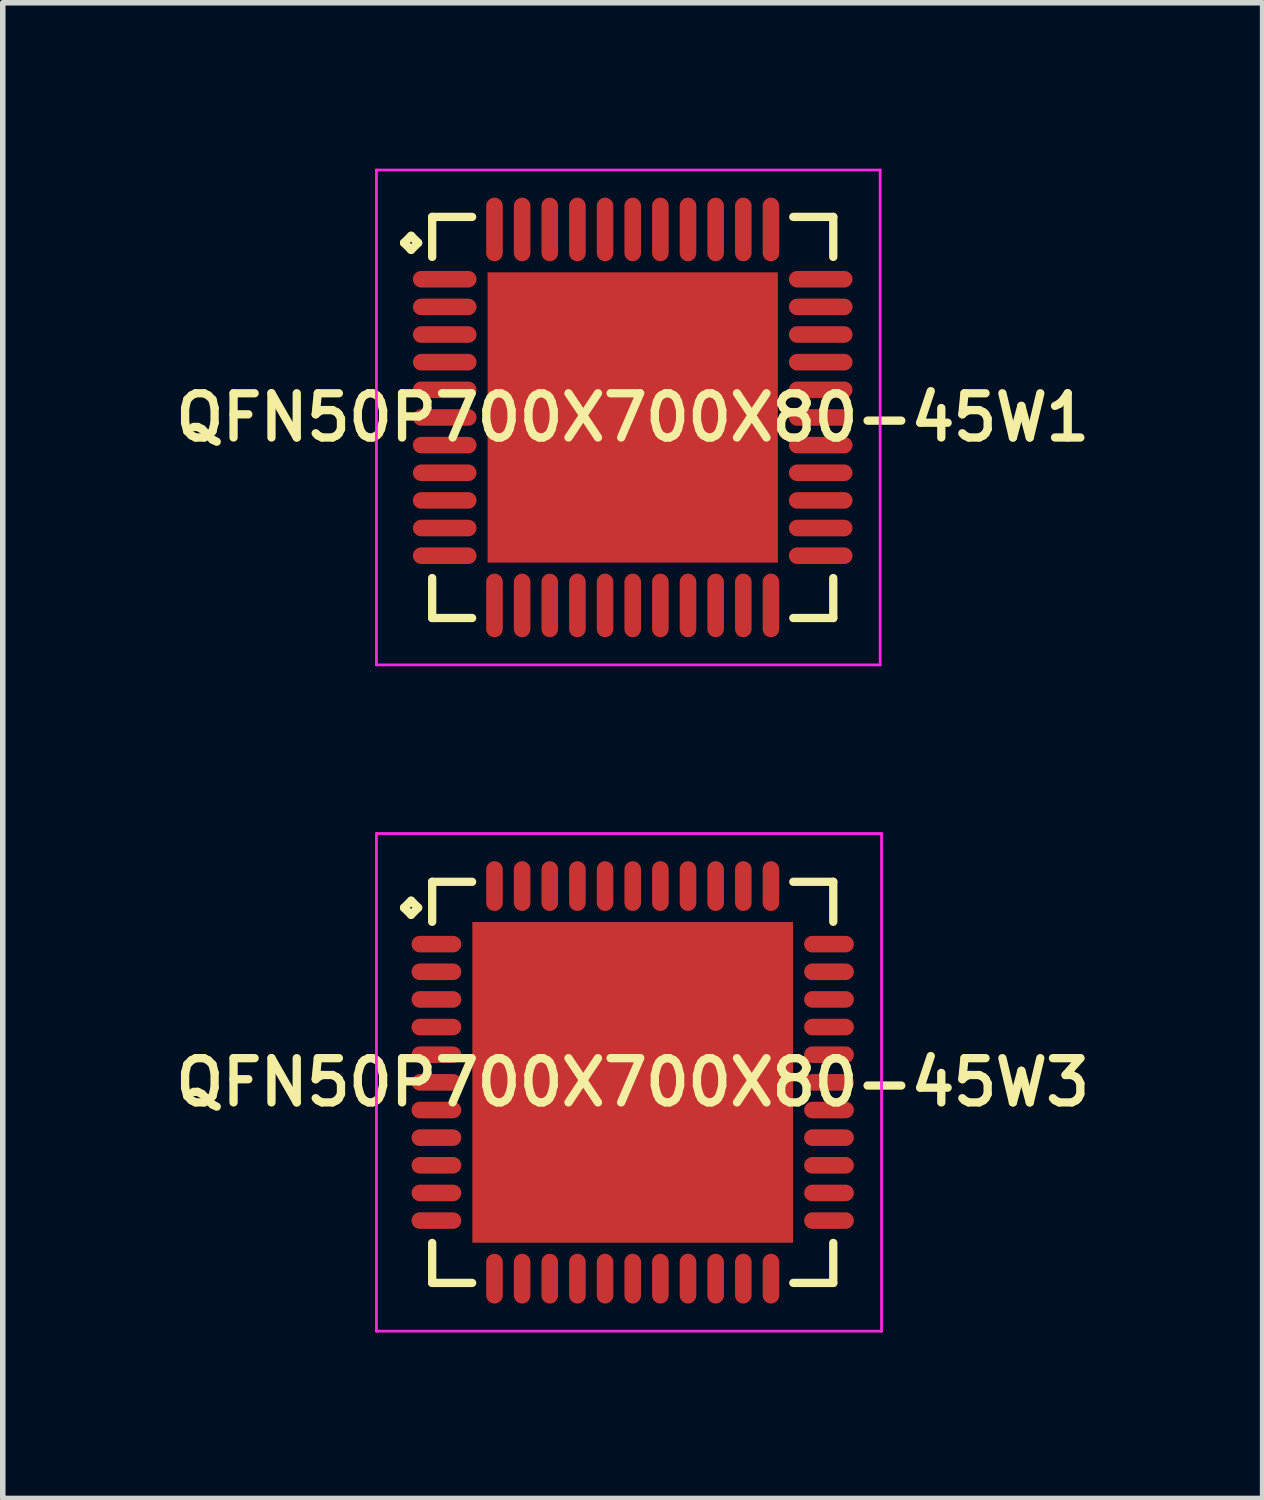
<source format=kicad_pcb>
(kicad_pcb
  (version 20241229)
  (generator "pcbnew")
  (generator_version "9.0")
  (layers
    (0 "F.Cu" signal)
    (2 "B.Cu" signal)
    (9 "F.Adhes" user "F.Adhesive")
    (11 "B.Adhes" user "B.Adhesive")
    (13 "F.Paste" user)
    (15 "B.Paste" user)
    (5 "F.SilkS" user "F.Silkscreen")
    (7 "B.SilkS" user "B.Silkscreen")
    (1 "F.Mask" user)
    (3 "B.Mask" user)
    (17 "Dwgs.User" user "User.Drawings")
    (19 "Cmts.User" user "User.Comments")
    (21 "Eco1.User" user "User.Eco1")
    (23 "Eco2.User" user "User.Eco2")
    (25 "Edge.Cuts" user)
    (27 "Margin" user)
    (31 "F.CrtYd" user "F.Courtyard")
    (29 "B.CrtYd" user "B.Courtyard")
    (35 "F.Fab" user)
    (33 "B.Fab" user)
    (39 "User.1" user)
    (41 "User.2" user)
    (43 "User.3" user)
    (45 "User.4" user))
  (footprint "QFN50P700X700X80-45W3"
    (layer "F.Cu")
    (at 8.393 16.525)
    (property "Reference" "QFN50P700X700X80-45W3" (at 0 0 0) (layer "F.SilkS") (effects (font (size 0.8 0.8) (thickness 0.15))))
    (attr smd)
    (fp_line (start -4.135 -3.158) (end -4.008 -3.285) (stroke (width 0.15) (type solid)) (layer "F.SilkS"))
    (fp_line (start -4.008 -3.285) (end -3.881 -3.158) (stroke (width 0.15) (type solid)) (layer "F.SilkS"))
    (fp_line (start -4.008 -3.031) (end -4.135 -3.158) (stroke (width 0.15) (type solid)) (layer "F.SilkS"))
    (fp_line (start -3.881 -3.158) (end -4.008 -3.031) (stroke (width 0.15) (type solid)) (layer "F.SilkS"))
    (fp_line (start -3.627 -3.627) (end -2.904 -3.627) (stroke (width 0.15) (type solid)) (layer "F.SilkS"))
    (fp_line (start -3.627 -2.904) (end -3.627 -3.627) (stroke (width 0.15) (type solid)) (layer "F.SilkS"))
    (fp_line (start -3.627 2.904) (end -3.627 3.627) (stroke (width 0.15) (type solid)) (layer "F.SilkS"))
    (fp_line (start -3.627 3.627) (end -2.904 3.627) (stroke (width 0.15) (type solid)) (layer "F.SilkS"))
    (fp_line (start 2.904 -3.627) (end 3.627 -3.627) (stroke (width 0.15) (type solid)) (layer "F.SilkS"))
    (fp_line (start 2.904 3.627) (end 3.627 3.627) (stroke (width 0.15) (type solid)) (layer "F.SilkS"))
    (fp_line (start 3.627 -3.627) (end 3.627 -2.904) (stroke (width 0.15) (type solid)) (layer "F.SilkS"))
    (fp_line (start 3.627 3.627) (end 3.627 2.904) (stroke (width 0.15) (type solid)) (layer "F.SilkS"))
    (fp_line (start -4.635 -4.5) (end 4.5 -4.5) (stroke (width 0.05) (type solid)) (layer "F.CrtYd"))
    (fp_line (start -4.635 4.5) (end -4.635 -4.5) (stroke (width 0.05) (type solid)) (layer "F.CrtYd"))
    (fp_line (start 4.5 -4.5) (end 4.5 4.5) (stroke (width 0.05) (type solid)) (layer "F.CrtYd"))
    (fp_line (start 4.5 4.5) (end -4.635 4.5) (stroke (width 0.05) (type solid)) (layer "F.CrtYd"))
    (pad "1" smd oval (at -3.55 -2.5) (size 0.9 0.3) (layers "F.Cu" "F.Mask" "F.Paste"))
    (pad "2" smd oval (at -3.55 -2) (size 0.9 0.3) (layers "F.Cu" "F.Mask" "F.Paste"))
    (pad "3" smd oval (at -3.55 -1.5) (size 0.9 0.3) (layers "F.Cu" "F.Mask" "F.Paste"))
    (pad "4" smd oval (at -3.55 -1) (size 0.9 0.3) (layers "F.Cu" "F.Mask" "F.Paste"))
    (pad "5" smd oval (at -3.55 -0.5) (size 0.9 0.3) (layers "F.Cu" "F.Mask" "F.Paste"))
    (pad "6" smd oval (at -3.55 0) (size 0.9 0.3) (layers "F.Cu" "F.Mask" "F.Paste"))
    (pad "7" smd oval (at -3.55 0.5) (size 0.9 0.3) (layers "F.Cu" "F.Mask" "F.Paste"))
    (pad "8" smd oval (at -3.55 1) (size 0.9 0.3) (layers "F.Cu" "F.Mask" "F.Paste"))
    (pad "9" smd oval (at -3.55 1.5) (size 0.9 0.3) (layers "F.Cu" "F.Mask" "F.Paste"))
    (pad "10" smd oval (at -3.55 2) (size 0.9 0.3) (layers "F.Cu" "F.Mask" "F.Paste"))
    (pad "11" smd oval (at -3.55 2.5) (size 0.9 0.3) (layers "F.Cu" "F.Mask" "F.Paste"))
    (pad "12" smd oval (at -2.5 3.55) (size 0.3 0.9) (layers "F.Cu" "F.Mask" "F.Paste"))
    (pad "13" smd oval (at -2 3.55) (size 0.3 0.9) (layers "F.Cu" "F.Mask" "F.Paste"))
    (pad "14" smd oval (at -1.5 3.55) (size 0.3 0.9) (layers "F.Cu" "F.Mask" "F.Paste"))
    (pad "15" smd oval (at -1 3.55) (size 0.3 0.9) (layers "F.Cu" "F.Mask" "F.Paste"))
    (pad "16" smd oval (at -0.5 3.55) (size 0.3 0.9) (layers "F.Cu" "F.Mask" "F.Paste"))
    (pad "17" smd oval (at 0 3.55) (size 0.3 0.9) (layers "F.Cu" "F.Mask" "F.Paste"))
    (pad "18" smd oval (at 0.5 3.55) (size 0.3 0.9) (layers "F.Cu" "F.Mask" "F.Paste"))
    (pad "19" smd oval (at 1 3.55) (size 0.3 0.9) (layers "F.Cu" "F.Mask" "F.Paste"))
    (pad "20" smd oval (at 1.5 3.55) (size 0.3 0.9) (layers "F.Cu" "F.Mask" "F.Paste"))
    (pad "21" smd oval (at 2 3.55) (size 0.3 0.9) (layers "F.Cu" "F.Mask" "F.Paste"))
    (pad "22" smd oval (at 2.5 3.55) (size 0.3 0.9) (layers "F.Cu" "F.Mask" "F.Paste"))
    (pad "23" smd oval (at 3.55 2.5) (size 0.9 0.3) (layers "F.Cu" "F.Mask" "F.Paste"))
    (pad "24" smd oval (at 3.55 2) (size 0.9 0.3) (layers "F.Cu" "F.Mask" "F.Paste"))
    (pad "25" smd oval (at 3.55 1.5) (size 0.9 0.3) (layers "F.Cu" "F.Mask" "F.Paste"))
    (pad "26" smd oval (at 3.55 1) (size 0.9 0.3) (layers "F.Cu" "F.Mask" "F.Paste"))
    (pad "27" smd oval (at 3.55 0.5) (size 0.9 0.3) (layers "F.Cu" "F.Mask" "F.Paste"))
    (pad "28" smd oval (at 3.55 0) (size 0.9 0.3) (layers "F.Cu" "F.Mask" "F.Paste"))
    (pad "29" smd oval (at 3.55 -0.5) (size 0.9 0.3) (layers "F.Cu" "F.Mask" "F.Paste"))
    (pad "30" smd oval (at 3.55 -1) (size 0.9 0.3) (layers "F.Cu" "F.Mask" "F.Paste"))
    (pad "31" smd oval (at 3.55 -1.5) (size 0.9 0.3) (layers "F.Cu" "F.Mask" "F.Paste"))
    (pad "32" smd oval (at 3.55 -2) (size 0.9 0.3) (layers "F.Cu" "F.Mask" "F.Paste"))
    (pad "33" smd oval (at 3.55 -2.5) (size 0.9 0.3) (layers "F.Cu" "F.Mask" "F.Paste"))
    (pad "34" smd oval (at 2.5 -3.55) (size 0.3 0.9) (layers "F.Cu" "F.Mask" "F.Paste"))
    (pad "35" smd oval (at 2 -3.55) (size 0.3 0.9) (layers "F.Cu" "F.Mask" "F.Paste"))
    (pad "36" smd oval (at 1.5 -3.55) (size 0.3 0.9) (layers "F.Cu" "F.Mask" "F.Paste"))
    (pad "37" smd oval (at 1 -3.55) (size 0.3 0.9) (layers "F.Cu" "F.Mask" "F.Paste"))
    (pad "38" smd oval (at 0.5 -3.55) (size 0.3 0.9) (layers "F.Cu" "F.Mask" "F.Paste"))
    (pad "39" smd oval (at 0 -3.55) (size 0.3 0.9) (layers "F.Cu" "F.Mask" "F.Paste"))
    (pad "40" smd oval (at -0.5 -3.55) (size 0.3 0.9) (layers "F.Cu" "F.Mask" "F.Paste"))
    (pad "41" smd oval (at -1 -3.55) (size 0.3 0.9) (layers "F.Cu" "F.Mask" "F.Paste"))
    (pad "42" smd oval (at -1.5 -3.55) (size 0.3 0.9) (layers "F.Cu" "F.Mask" "F.Paste"))
    (pad "43" smd oval (at -2 -3.55) (size 0.3 0.9) (layers "F.Cu" "F.Mask" "F.Paste"))
    (pad "44" smd oval (at -2.5 -3.55) (size 0.3 0.9) (layers "F.Cu" "F.Mask" "F.Paste"))
    (pad "45" smd rect (at 0 0) (size 5.8 5.8) (layers "F.Cu" "F.Mask" "F.Paste")))
  (footprint "QFN50P700X700X80-45W1"
    (layer "F.Cu")
    (at 8.393 4.5)
    (property "Reference" "QFN50P700X700X80-45W1" (at 0 0 0) (layer "F.SilkS") (effects (font (size 0.8 0.8) (thickness 0.15))))
    (attr smd)
    (fp_line (start -4.135 -3.158) (end -4.008 -3.285) (stroke (width 0.15) (type solid)) (layer "F.SilkS"))
    (fp_line (start -4.008 -3.285) (end -3.881 -3.158) (stroke (width 0.15) (type solid)) (layer "F.SilkS"))
    (fp_line (start -4.008 -3.031) (end -4.135 -3.158) (stroke (width 0.15) (type solid)) (layer "F.SilkS"))
    (fp_line (start -3.881 -3.158) (end -4.008 -3.031) (stroke (width 0.15) (type solid)) (layer "F.SilkS"))
    (fp_line (start -3.627 -3.627) (end -2.904 -3.627) (stroke (width 0.15) (type solid)) (layer "F.SilkS"))
    (fp_line (start -3.627 -2.904) (end -3.627 -3.627) (stroke (width 0.15) (type solid)) (layer "F.SilkS"))
    (fp_line (start -3.627 2.904) (end -3.627 3.627) (stroke (width 0.15) (type solid)) (layer "F.SilkS"))
    (fp_line (start -3.627 3.627) (end -2.904 3.627) (stroke (width 0.15) (type solid)) (layer "F.SilkS"))
    (fp_line (start 2.904 -3.627) (end 3.627 -3.627) (stroke (width 0.15) (type solid)) (layer "F.SilkS"))
    (fp_line (start 2.904 3.627) (end 3.627 3.627) (stroke (width 0.15) (type solid)) (layer "F.SilkS"))
    (fp_line (start 3.627 -3.627) (end 3.627 -2.904) (stroke (width 0.15) (type solid)) (layer "F.SilkS"))
    (fp_line (start 3.627 3.627) (end 3.627 2.904) (stroke (width 0.15) (type solid)) (layer "F.SilkS"))
    (fp_line (start -4.635 -4.475) (end 4.475 -4.475) (stroke (width 0.05) (type solid)) (layer "F.CrtYd"))
    (fp_line (start -4.635 4.475) (end -4.635 -4.475) (stroke (width 0.05) (type solid)) (layer "F.CrtYd"))
    (fp_line (start 4.475 -4.475) (end 4.475 4.475) (stroke (width 0.05) (type solid)) (layer "F.CrtYd"))
    (fp_line (start 4.475 4.475) (end -4.635 4.475) (stroke (width 0.05) (type solid)) (layer "F.CrtYd"))
    (pad "1" smd oval (at -3.4 -2.5) (size 1.15 0.3) (layers "F.Cu" "F.Mask" "F.Paste"))
    (pad "2" smd oval (at -3.4 -2) (size 1.15 0.3) (layers "F.Cu" "F.Mask" "F.Paste"))
    (pad "3" smd oval (at -3.4 -1.5) (size 1.15 0.3) (layers "F.Cu" "F.Mask" "F.Paste"))
    (pad "4" smd oval (at -3.4 -1) (size 1.15 0.3) (layers "F.Cu" "F.Mask" "F.Paste"))
    (pad "5" smd oval (at -3.4 -0.5) (size 1.15 0.3) (layers "F.Cu" "F.Mask" "F.Paste"))
    (pad "6" smd oval (at -3.4 0) (size 1.15 0.3) (layers "F.Cu" "F.Mask" "F.Paste"))
    (pad "7" smd oval (at -3.4 0.5) (size 1.15 0.3) (layers "F.Cu" "F.Mask" "F.Paste"))
    (pad "8" smd oval (at -3.4 1) (size 1.15 0.3) (layers "F.Cu" "F.Mask" "F.Paste"))
    (pad "9" smd oval (at -3.4 1.5) (size 1.15 0.3) (layers "F.Cu" "F.Mask" "F.Paste"))
    (pad "10" smd oval (at -3.4 2) (size 1.15 0.3) (layers "F.Cu" "F.Mask" "F.Paste"))
    (pad "11" smd oval (at -3.4 2.5) (size 1.15 0.3) (layers "F.Cu" "F.Mask" "F.Paste"))
    (pad "12" smd oval (at -2.5 3.4) (size 0.3 1.15) (layers "F.Cu" "F.Mask" "F.Paste"))
    (pad "13" smd oval (at -2 3.4) (size 0.3 1.15) (layers "F.Cu" "F.Mask" "F.Paste"))
    (pad "14" smd oval (at -1.5 3.4) (size 0.3 1.15) (layers "F.Cu" "F.Mask" "F.Paste"))
    (pad "15" smd oval (at -1 3.4) (size 0.3 1.15) (layers "F.Cu" "F.Mask" "F.Paste"))
    (pad "16" smd oval (at -0.5 3.4) (size 0.3 1.15) (layers "F.Cu" "F.Mask" "F.Paste"))
    (pad "17" smd oval (at 0 3.4) (size 0.3 1.15) (layers "F.Cu" "F.Mask" "F.Paste"))
    (pad "18" smd oval (at 0.5 3.4) (size 0.3 1.15) (layers "F.Cu" "F.Mask" "F.Paste"))
    (pad "19" smd oval (at 1 3.4) (size 0.3 1.15) (layers "F.Cu" "F.Mask" "F.Paste"))
    (pad "20" smd oval (at 1.5 3.4) (size 0.3 1.15) (layers "F.Cu" "F.Mask" "F.Paste"))
    (pad "21" smd oval (at 2 3.4) (size 0.3 1.15) (layers "F.Cu" "F.Mask" "F.Paste"))
    (pad "22" smd oval (at 2.5 3.4) (size 0.3 1.15) (layers "F.Cu" "F.Mask" "F.Paste"))
    (pad "23" smd oval (at 3.4 2.5) (size 1.15 0.3) (layers "F.Cu" "F.Mask" "F.Paste"))
    (pad "24" smd oval (at 3.4 2) (size 1.15 0.3) (layers "F.Cu" "F.Mask" "F.Paste"))
    (pad "25" smd oval (at 3.4 1.5) (size 1.15 0.3) (layers "F.Cu" "F.Mask" "F.Paste"))
    (pad "26" smd oval (at 3.4 1) (size 1.15 0.3) (layers "F.Cu" "F.Mask" "F.Paste"))
    (pad "27" smd oval (at 3.4 0.5) (size 1.15 0.3) (layers "F.Cu" "F.Mask" "F.Paste"))
    (pad "28" smd oval (at 3.4 0) (size 1.15 0.3) (layers "F.Cu" "F.Mask" "F.Paste"))
    (pad "29" smd oval (at 3.4 -0.5) (size 1.15 0.3) (layers "F.Cu" "F.Mask" "F.Paste"))
    (pad "30" smd oval (at 3.4 -1) (size 1.15 0.3) (layers "F.Cu" "F.Mask" "F.Paste"))
    (pad "31" smd oval (at 3.4 -1.5) (size 1.15 0.3) (layers "F.Cu" "F.Mask" "F.Paste"))
    (pad "32" smd oval (at 3.4 -2) (size 1.15 0.3) (layers "F.Cu" "F.Mask" "F.Paste"))
    (pad "33" smd oval (at 3.4 -2.5) (size 1.15 0.3) (layers "F.Cu" "F.Mask" "F.Paste"))
    (pad "34" smd oval (at 2.5 -3.4) (size 0.3 1.15) (layers "F.Cu" "F.Mask" "F.Paste"))
    (pad "35" smd oval (at 2 -3.4) (size 0.3 1.15) (layers "F.Cu" "F.Mask" "F.Paste"))
    (pad "36" smd oval (at 1.5 -3.4) (size 0.3 1.15) (layers "F.Cu" "F.Mask" "F.Paste"))
    (pad "37" smd oval (at 1 -3.4) (size 0.3 1.15) (layers "F.Cu" "F.Mask" "F.Paste"))
    (pad "38" smd oval (at 0.5 -3.4) (size 0.3 1.15) (layers "F.Cu" "F.Mask" "F.Paste"))
    (pad "39" smd oval (at 0 -3.4) (size 0.3 1.15) (layers "F.Cu" "F.Mask" "F.Paste"))
    (pad "40" smd oval (at -0.5 -3.4) (size 0.3 1.15) (layers "F.Cu" "F.Mask" "F.Paste"))
    (pad "41" smd oval (at -1 -3.4) (size 0.3 1.15) (layers "F.Cu" "F.Mask" "F.Paste"))
    (pad "42" smd oval (at -1.5 -3.4) (size 0.3 1.15) (layers "F.Cu" "F.Mask" "F.Paste"))
    (pad "43" smd oval (at -2 -3.4) (size 0.3 1.15) (layers "F.Cu" "F.Mask" "F.Paste"))
    (pad "44" smd oval (at -2.5 -3.4) (size 0.3 1.15) (layers "F.Cu" "F.Mask" "F.Paste"))
    (pad "45" smd rect (at 0 0) (size 5.25 5.25) (layers "F.Cu" "F.Mask" "F.Paste")))
  (gr_rect
    (start -3 -3)
    (end 19.785 24.05)
    (stroke (width 0.1) (type default))
    (fill no)
    (layer "Edge.Cuts")))
</source>
